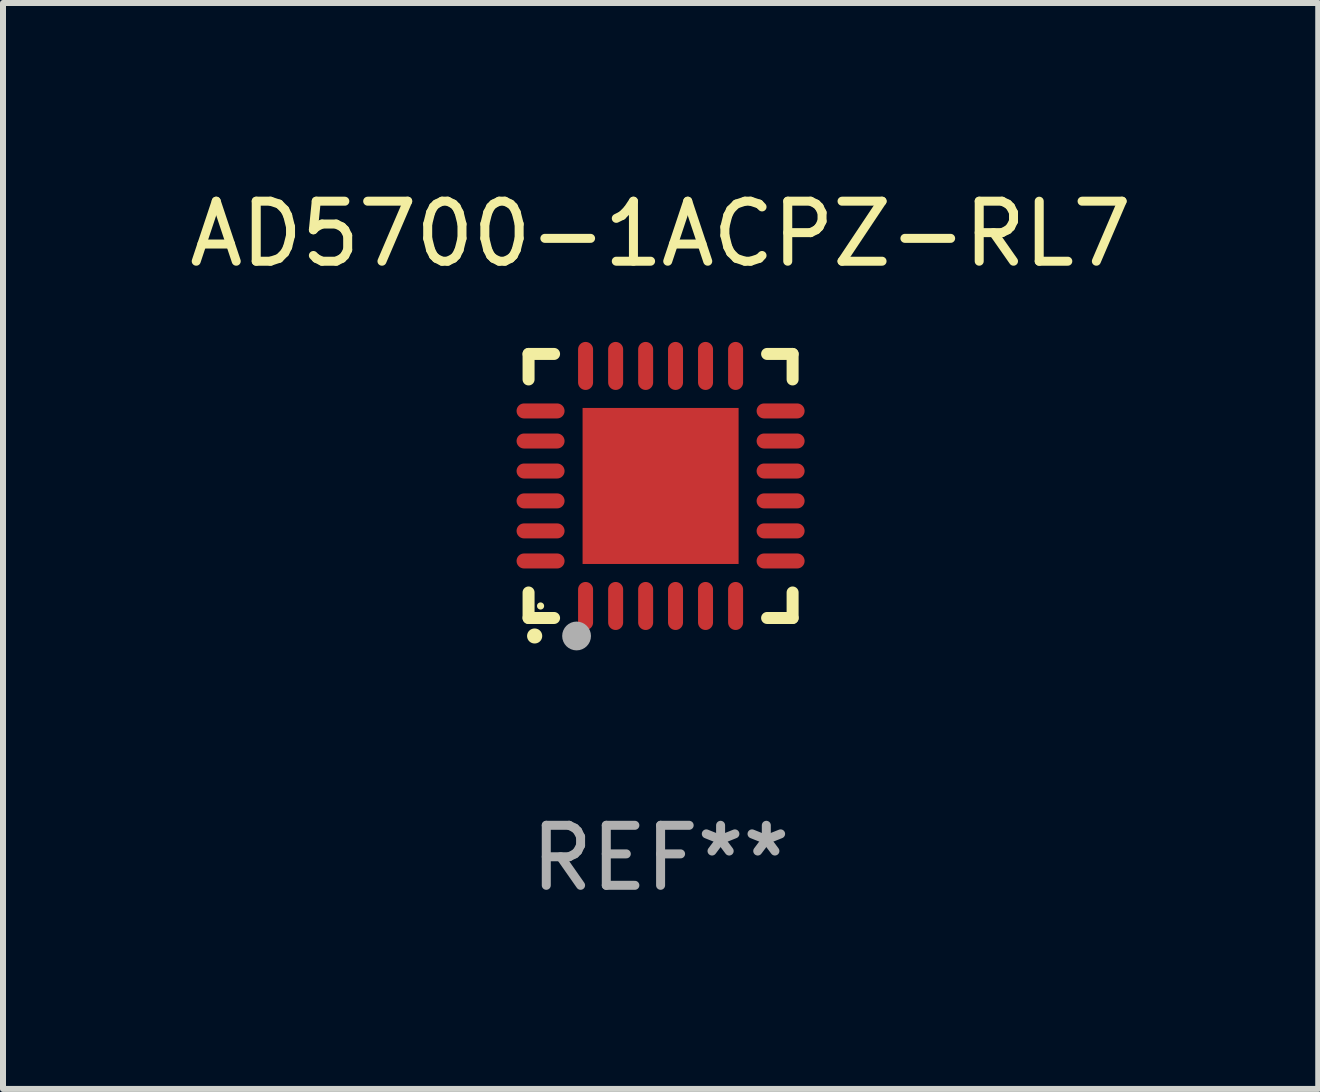
<source format=kicad_pcb>
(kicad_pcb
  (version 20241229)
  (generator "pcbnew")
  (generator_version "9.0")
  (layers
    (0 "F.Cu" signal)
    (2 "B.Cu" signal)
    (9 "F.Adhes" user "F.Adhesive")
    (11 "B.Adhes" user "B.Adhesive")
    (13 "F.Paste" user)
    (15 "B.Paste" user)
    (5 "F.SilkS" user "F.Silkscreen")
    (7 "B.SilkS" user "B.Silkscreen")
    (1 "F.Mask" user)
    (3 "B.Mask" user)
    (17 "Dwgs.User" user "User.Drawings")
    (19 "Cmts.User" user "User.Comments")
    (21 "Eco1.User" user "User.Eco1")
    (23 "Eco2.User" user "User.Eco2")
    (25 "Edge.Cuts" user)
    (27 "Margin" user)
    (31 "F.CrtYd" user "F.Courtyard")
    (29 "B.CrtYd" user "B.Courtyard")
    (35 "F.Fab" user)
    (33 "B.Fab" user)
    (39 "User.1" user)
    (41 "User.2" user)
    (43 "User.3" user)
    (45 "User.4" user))
  (footprint "AD5700-1ACPZ-RL7"
    (layer "F.Cu")
    (at 7.958 5.048)
    (property "Reference" "AD5700-1ACPZ-RL7" (at 0 -4.2 0) (layer "F.SilkS") (effects (font (size 1 1) (thickness 0.15))))
    (attr through_hole)
    (fp_line (start -2.2 -2.2) (end -2.2 -1.775) (stroke (width 0.2) (type solid)) (layer "F.SilkS"))
    (fp_line (start -2.2 2.2) (end -2.2 1.775) (stroke (width 0.2) (type solid)) (layer "F.SilkS"))
    (fp_line (start -1.775 -2.2) (end -2.2 -2.2) (stroke (width 0.2) (type solid)) (layer "F.SilkS"))
    (fp_line (start -1.775 2.2) (end -2.2 2.2) (stroke (width 0.2) (type solid)) (layer "F.SilkS"))
    (fp_line (start 2.2 -2.2) (end 1.775 -2.2) (stroke (width 0.2) (type solid)) (layer "F.SilkS"))
    (fp_line (start 2.2 -1.775) (end 2.2 -2.2) (stroke (width 0.2) (type solid)) (layer "F.SilkS"))
    (fp_line (start 2.2 1.775) (end 2.2 2.2) (stroke (width 0.2) (type solid)) (layer "F.SilkS"))
    (fp_line (start 2.2 2.2) (end 1.775 2.2) (stroke (width 0.2) (type solid)) (layer "F.SilkS"))
    (fp_arc (start -2.1 2.5) (mid -2.09873 2.499994) (end -2.09746 2.5) (stroke (width 0.25) (type solid)) (layer "F.SilkS"))
    (fp_circle (center -2 2) (end -1.97 2) (stroke (width 0.06) (type solid)) (fill no) (layer "F.SilkS"))
    (fp_circle (center -1.4 2.5) (end -1.28 2.5) (stroke (width 0.24) (type solid)) (fill no) (layer "F.Fab"))
    (fp_text user "REF**" (at 0 6.2 0) (layer "F.Fab") (effects (font (size 1 1) (thickness 0.15))))
    (pad "1" smd oval (at -1.25 2) (size 0.25 0.8) (layers "F.Cu" "F.Mask" "F.Paste"))
    (pad "2" smd oval (at -0.749 2) (size 0.25 0.8) (layers "F.Cu" "F.Mask" "F.Paste"))
    (pad "3" smd oval (at -0.249 2) (size 0.25 0.8) (layers "F.Cu" "F.Mask" "F.Paste"))
    (pad "4" smd oval (at 0.249 2) (size 0.25 0.8) (layers "F.Cu" "F.Mask" "F.Paste"))
    (pad "5" smd oval (at 0.749 2) (size 0.25 0.8) (layers "F.Cu" "F.Mask" "F.Paste"))
    (pad "6" smd oval (at 1.25 2) (size 0.25 0.8) (layers "F.Cu" "F.Mask" "F.Paste"))
    (pad "7" smd oval (at 2 1.25) (size 0.8 0.25) (layers "F.Cu" "F.Mask" "F.Paste"))
    (pad "8" smd oval (at 2 0.749) (size 0.8 0.25) (layers "F.Cu" "F.Mask" "F.Paste"))
    (pad "9" smd oval (at 2 0.249) (size 0.8 0.25) (layers "F.Cu" "F.Mask" "F.Paste"))
    (pad "10" smd oval (at 2 -0.249) (size 0.8 0.25) (layers "F.Cu" "F.Mask" "F.Paste"))
    (pad "11" smd oval (at 2 -0.749) (size 0.8 0.25) (layers "F.Cu" "F.Mask" "F.Paste"))
    (pad "12" smd oval (at 2 -1.25) (size 0.8 0.25) (layers "F.Cu" "F.Mask" "F.Paste"))
    (pad "13" smd oval (at 1.25 -2) (size 0.25 0.8) (layers "F.Cu" "F.Mask" "F.Paste"))
    (pad "14" smd oval (at 0.749 -2) (size 0.25 0.8) (layers "F.Cu" "F.Mask" "F.Paste"))
    (pad "15" smd oval (at 0.249 -2) (size 0.25 0.8) (layers "F.Cu" "F.Mask" "F.Paste"))
    (pad "16" smd oval (at -0.249 -2) (size 0.25 0.8) (layers "F.Cu" "F.Mask" "F.Paste"))
    (pad "17" smd oval (at -0.749 -2) (size 0.25 0.8) (layers "F.Cu" "F.Mask" "F.Paste"))
    (pad "18" smd oval (at -1.25 -2) (size 0.25 0.8) (layers "F.Cu" "F.Mask" "F.Paste"))
    (pad "19" smd oval (at -2 -1.25) (size 0.8 0.25) (layers "F.Cu" "F.Mask" "F.Paste"))
    (pad "20" smd oval (at -2 -0.749) (size 0.8 0.25) (layers "F.Cu" "F.Mask" "F.Paste"))
    (pad "21" smd oval (at -2 -0.249) (size 0.8 0.25) (layers "F.Cu" "F.Mask" "F.Paste"))
    (pad "22" smd oval (at -2 0.249) (size 0.8 0.25) (layers "F.Cu" "F.Mask" "F.Paste"))
    (pad "23" smd oval (at -2 0.749) (size 0.8 0.25) (layers "F.Cu" "F.Mask" "F.Paste"))
    (pad "24" smd oval (at -2 1.25) (size 0.8 0.25) (layers "F.Cu" "F.Mask" "F.Paste"))
    (pad "25" smd rect (at 0 0) (size 2.6 2.6) (layers "F.Cu" "F.Mask" "F.Paste")))
  (gr_rect
    (start -3 -3)
    (end 18.917 15.096)
    (stroke (width 0.1) (type default))
    (fill no)
    (layer "Edge.Cuts")))
</source>
